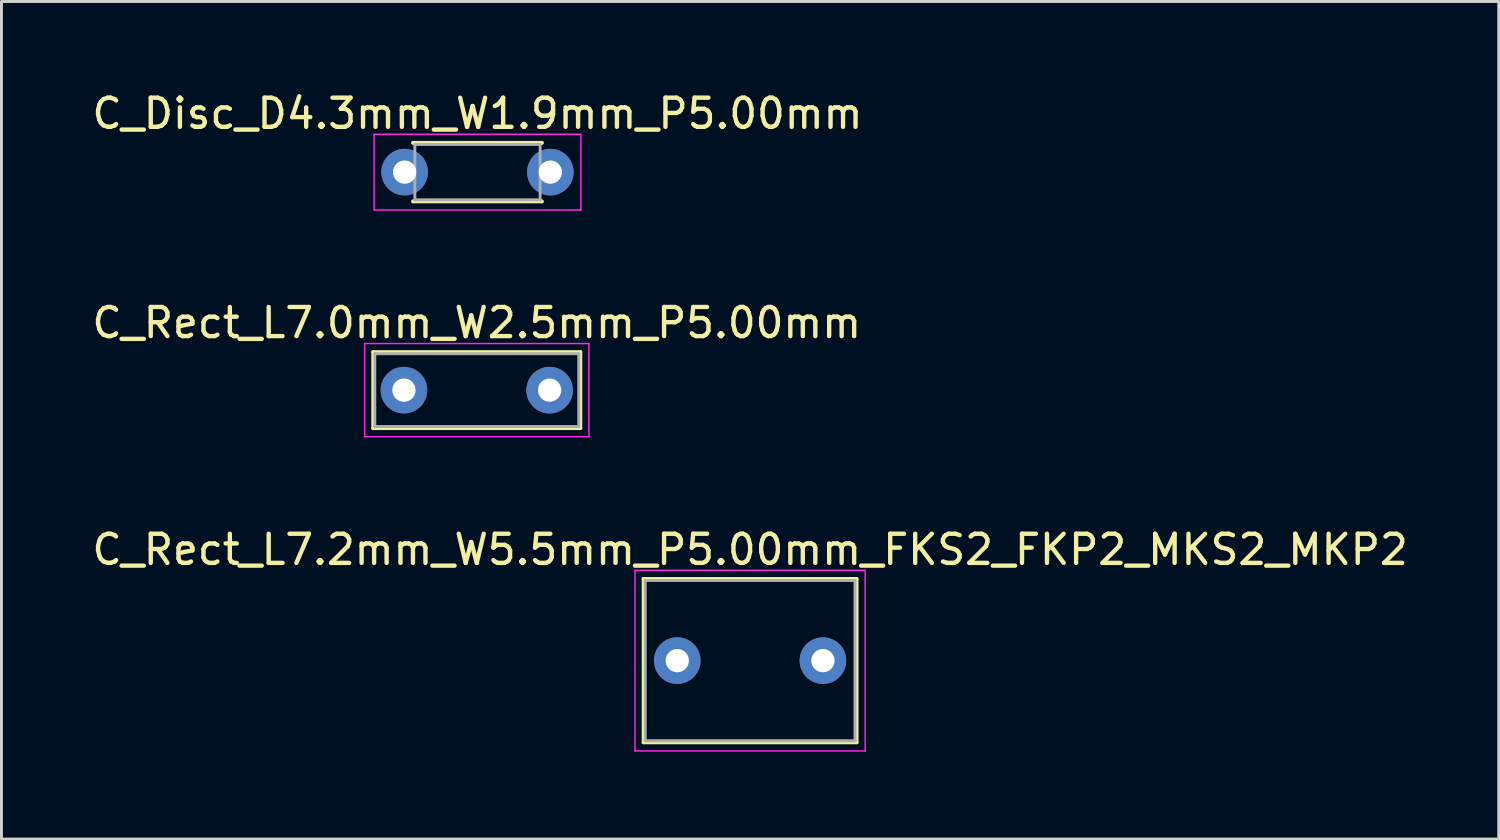
<source format=kicad_pcb>
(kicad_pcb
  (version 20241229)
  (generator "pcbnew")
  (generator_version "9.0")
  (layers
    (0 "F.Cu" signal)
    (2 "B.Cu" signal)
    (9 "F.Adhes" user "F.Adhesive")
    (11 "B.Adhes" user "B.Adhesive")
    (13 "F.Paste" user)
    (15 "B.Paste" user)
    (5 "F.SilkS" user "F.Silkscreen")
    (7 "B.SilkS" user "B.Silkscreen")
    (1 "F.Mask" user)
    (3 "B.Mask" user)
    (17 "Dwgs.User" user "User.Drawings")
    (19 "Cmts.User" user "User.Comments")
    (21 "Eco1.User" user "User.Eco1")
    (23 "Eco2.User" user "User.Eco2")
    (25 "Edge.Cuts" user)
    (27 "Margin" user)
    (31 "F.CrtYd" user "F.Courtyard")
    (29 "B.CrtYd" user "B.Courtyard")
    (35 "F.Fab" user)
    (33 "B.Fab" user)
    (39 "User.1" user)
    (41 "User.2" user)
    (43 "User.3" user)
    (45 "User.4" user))
  (footprint "C_Disc_D4.3mm_W1.9mm_P5.00mm"
    (layer "F.Cu")
    (at 10.839 2.858)
    (property "Reference" "C_Disc_D4.3mm_W1.9mm_P5.00mm" (at 2.5 -2.01 0) (layer "F.SilkS") (effects (font (size 1 1) (thickness 0.15))))
    (attr through_hole)
    (fp_line (start 0.29 -1.01) (end 0.29 -0.996) (stroke (width 0.12) (type solid)) (layer "F.SilkS"))
    (fp_line (start 0.29 -1.01) (end 4.71 -1.01) (stroke (width 0.12) (type solid)) (layer "F.SilkS"))
    (fp_line (start 0.29 0.996) (end 0.29 1.01) (stroke (width 0.12) (type solid)) (layer "F.SilkS"))
    (fp_line (start 0.29 1.01) (end 4.71 1.01) (stroke (width 0.12) (type solid)) (layer "F.SilkS"))
    (fp_line (start 4.71 -1.01) (end 4.71 -0.996) (stroke (width 0.12) (type solid)) (layer "F.SilkS"))
    (fp_line (start 4.71 0.996) (end 4.71 1.01) (stroke (width 0.12) (type solid)) (layer "F.SilkS"))
    (fp_line (start -1.05 -1.3) (end -1.05 1.3) (stroke (width 0.05) (type solid)) (layer "F.CrtYd"))
    (fp_line (start -1.05 1.3) (end 6.05 1.3) (stroke (width 0.05) (type solid)) (layer "F.CrtYd"))
    (fp_line (start 6.05 -1.3) (end -1.05 -1.3) (stroke (width 0.05) (type solid)) (layer "F.CrtYd"))
    (fp_line (start 6.05 1.3) (end 6.05 -1.3) (stroke (width 0.05) (type solid)) (layer "F.CrtYd"))
    (fp_line (start 0.35 -0.95) (end 0.35 0.95) (stroke (width 0.1) (type solid)) (layer "F.Fab"))
    (fp_line (start 0.35 0.95) (end 4.65 0.95) (stroke (width 0.1) (type solid)) (layer "F.Fab"))
    (fp_line (start 4.65 -0.95) (end 0.35 -0.95) (stroke (width 0.1) (type solid)) (layer "F.Fab"))
    (fp_line (start 4.65 0.95) (end 4.65 -0.95) (stroke (width 0.1) (type solid)) (layer "F.Fab"))
    (pad "1" thru_hole circle (at 0 0) (size 1.6 1.6) (drill 0.8) (layers "*.Mask" "B.Cu"))
    (pad "2" thru_hole circle (at 5 0) (size 1.6 1.6) (drill 0.8) (layers "*.Mask" "B.Cu")))
  (footprint "C_Rect_L7.0mm_W2.5mm_P5.00mm"
    (layer "F.Cu")
    (at 10.815 10.341)
    (property "Reference" "C_Rect_L7.0mm_W2.5mm_P5.00mm" (at 2.5 -2.31 0) (layer "F.SilkS") (effects (font (size 1 1) (thickness 0.15))))
    (attr through_hole)
    (fp_line (start -1.06 -1.31) (end -1.06 1.31) (stroke (width 0.12) (type solid)) (layer "F.SilkS"))
    (fp_line (start -1.06 -1.31) (end 6.06 -1.31) (stroke (width 0.12) (type solid)) (layer "F.SilkS"))
    (fp_line (start -1.06 1.31) (end 6.06 1.31) (stroke (width 0.12) (type solid)) (layer "F.SilkS"))
    (fp_line (start 6.06 -1.31) (end 6.06 1.31) (stroke (width 0.12) (type solid)) (layer "F.SilkS"))
    (fp_line (start -1.35 -1.6) (end -1.35 1.6) (stroke (width 0.05) (type solid)) (layer "F.CrtYd"))
    (fp_line (start -1.35 1.6) (end 6.35 1.6) (stroke (width 0.05) (type solid)) (layer "F.CrtYd"))
    (fp_line (start 6.35 -1.6) (end -1.35 -1.6) (stroke (width 0.05) (type solid)) (layer "F.CrtYd"))
    (fp_line (start 6.35 1.6) (end 6.35 -1.6) (stroke (width 0.05) (type solid)) (layer "F.CrtYd"))
    (fp_line (start -1 -1.25) (end -1 1.25) (stroke (width 0.1) (type solid)) (layer "F.Fab"))
    (fp_line (start -1 1.25) (end 6 1.25) (stroke (width 0.1) (type solid)) (layer "F.Fab"))
    (fp_line (start 6 -1.25) (end -1 -1.25) (stroke (width 0.1) (type solid)) (layer "F.Fab"))
    (fp_line (start 6 1.25) (end 6 -1.25) (stroke (width 0.1) (type solid)) (layer "F.Fab"))
    (pad "1" thru_hole circle (at 0 0) (size 1.6 1.6) (drill 0.8) (layers "*.Mask" "B.Cu"))
    (pad "2" thru_hole circle (at 5 0) (size 1.6 1.6) (drill 0.8) (layers "*.Mask" "B.Cu")))
  (footprint "C_Rect_L7.2mm_W5.5mm_P5.00mm_FKS2_FKP2_MKS2_MKP2"
    (layer "F.Cu")
    (at 20.196 19.625)
    (property "Reference" "C_Rect_L7.2mm_W5.5mm_P5.00mm_FKS2_FKP2_MKS2_MKP2" (at 2.5 -3.81 0) (layer "F.SilkS") (effects (font (size 1 1) (thickness 0.15))))
    (attr through_hole)
    (fp_line (start -1.16 -2.81) (end -1.16 2.81) (stroke (width 0.12) (type solid)) (layer "F.SilkS"))
    (fp_line (start -1.16 -2.81) (end 6.16 -2.81) (stroke (width 0.12) (type solid)) (layer "F.SilkS"))
    (fp_line (start -1.16 2.81) (end 6.16 2.81) (stroke (width 0.12) (type solid)) (layer "F.SilkS"))
    (fp_line (start 6.16 -2.81) (end 6.16 2.81) (stroke (width 0.12) (type solid)) (layer "F.SilkS"))
    (fp_line (start -1.45 -3.1) (end -1.45 3.1) (stroke (width 0.05) (type solid)) (layer "F.CrtYd"))
    (fp_line (start -1.45 3.1) (end 6.45 3.1) (stroke (width 0.05) (type solid)) (layer "F.CrtYd"))
    (fp_line (start 6.45 -3.1) (end -1.45 -3.1) (stroke (width 0.05) (type solid)) (layer "F.CrtYd"))
    (fp_line (start 6.45 3.1) (end 6.45 -3.1) (stroke (width 0.05) (type solid)) (layer "F.CrtYd"))
    (fp_line (start -1.1 -2.75) (end -1.1 2.75) (stroke (width 0.1) (type solid)) (layer "F.Fab"))
    (fp_line (start -1.1 2.75) (end 6.1 2.75) (stroke (width 0.1) (type solid)) (layer "F.Fab"))
    (fp_line (start 6.1 -2.75) (end -1.1 -2.75) (stroke (width 0.1) (type solid)) (layer "F.Fab"))
    (fp_line (start 6.1 2.75) (end 6.1 -2.75) (stroke (width 0.1) (type solid)) (layer "F.Fab"))
    (pad "1" thru_hole circle (at 0 0) (size 1.6 1.6) (drill 0.8) (layers "*.Mask" "B.Cu"))
    (pad "2" thru_hole circle (at 5 0) (size 1.6 1.6) (drill 0.8) (layers "*.Mask" "B.Cu")))
  (gr_rect
    (start -3 -3)
    (end 48.393 25.75)
    (stroke (width 0.1) (type default))
    (fill no)
    (layer "Edge.Cuts")))
</source>
